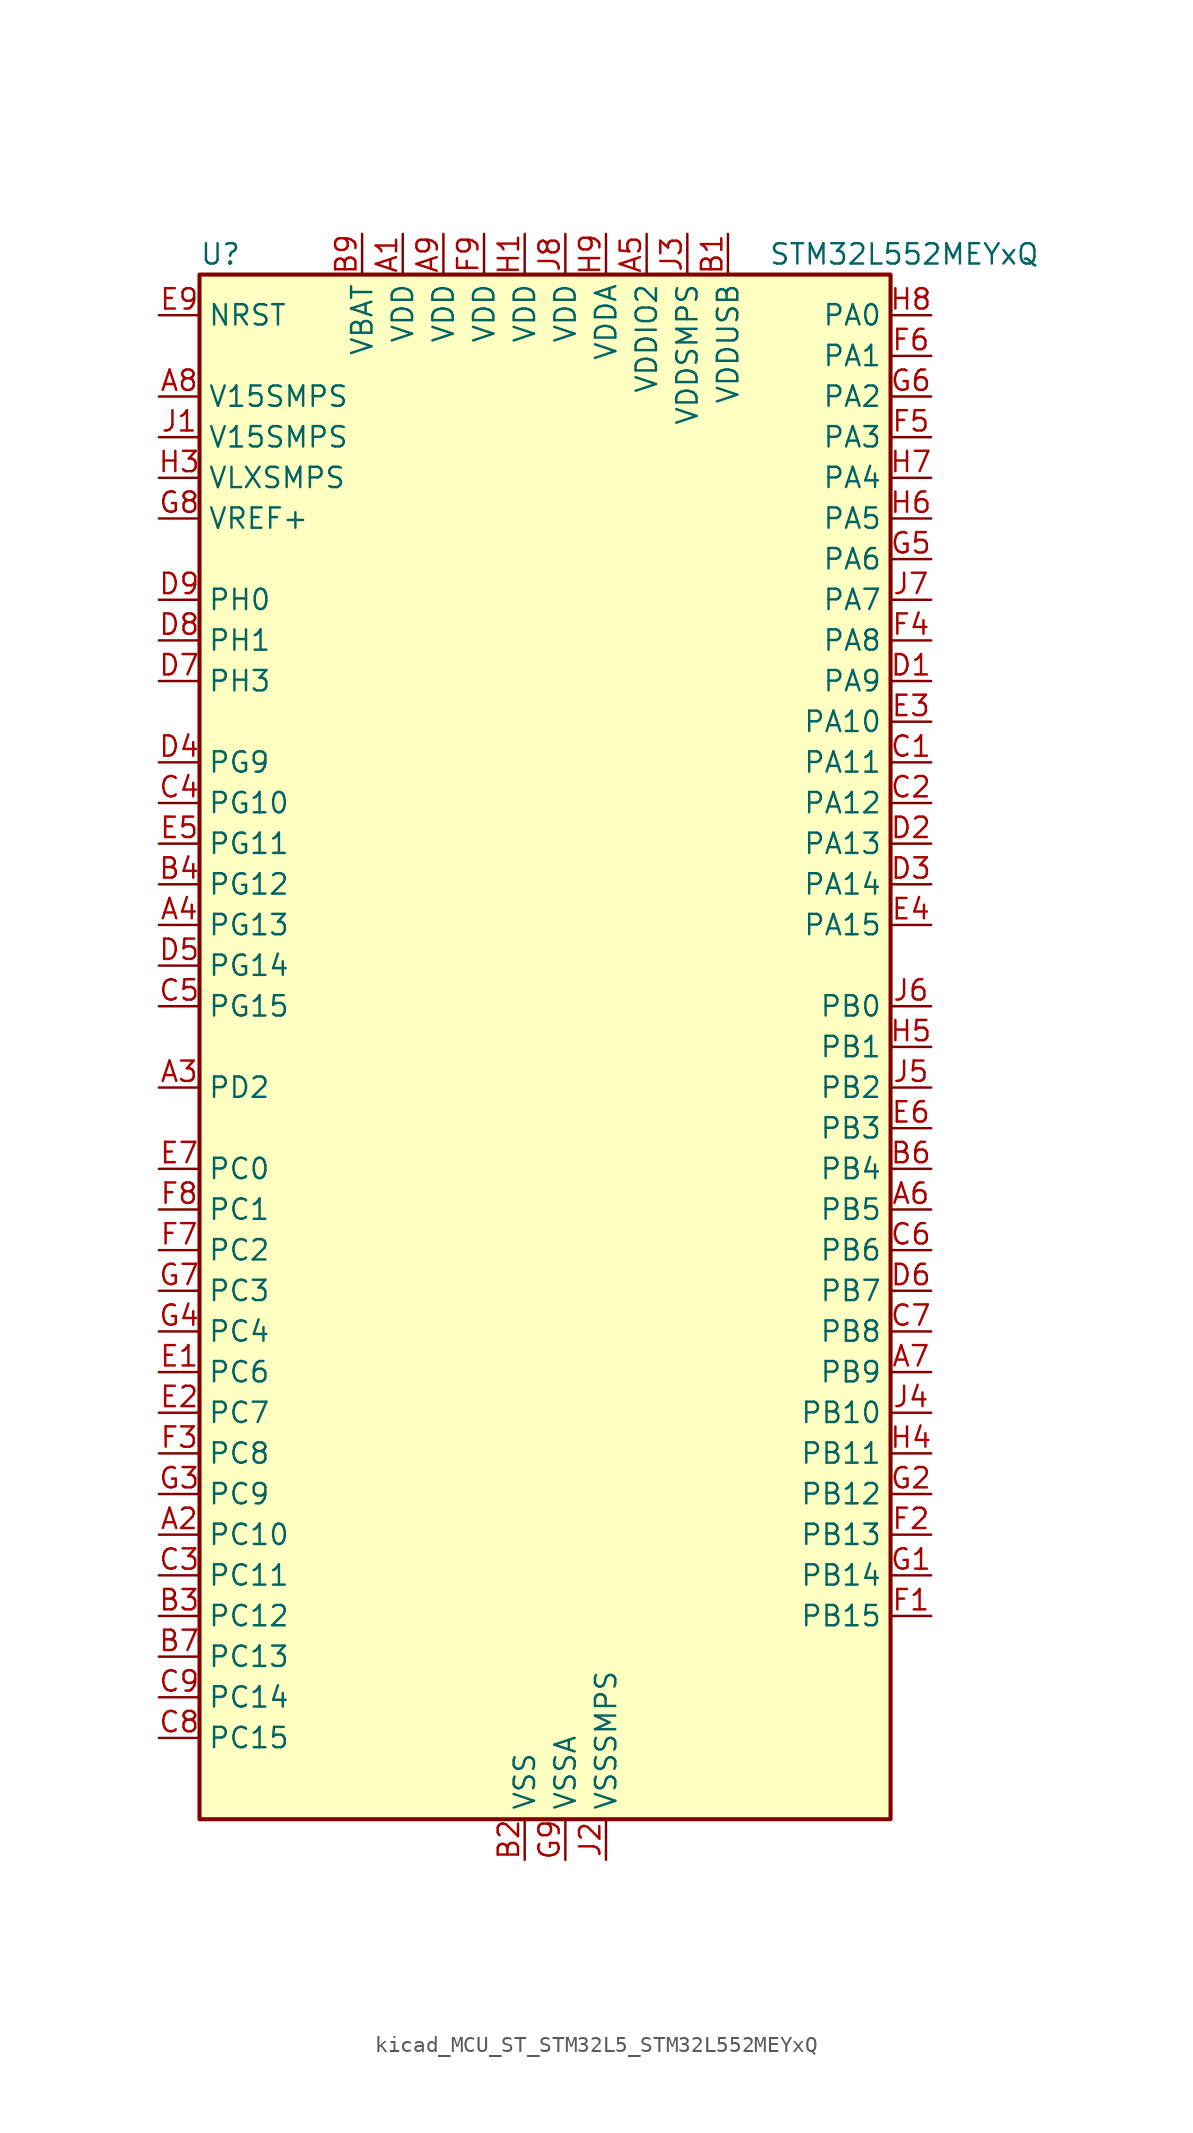
<source format=kicad_sym>
(kicad_symbol_lib
  (version 20220914)
  (generator kicad_symbol_editor)
  (symbol "kicad_MCU_ST_STM32L5_STM32L552MEYxQ"
    (property "Reference" "U"
      (at -20.32 49.53 0)
      (effects (font (size 1.27 1.27)) (justify left)))
    (property "Value" "STM32L552MEYxQ"
      (at 15.24 49.53 0)
      (effects (font (size 1.27 1.27)) (justify left)))
    (property "ki_locked" ""
      (at 0 0 0)
      (effects (font (size 1.27 1.27))))
    (symbol "kicad_MCU_ST_STM32L5_STM32L552MEYxQ_0_1"
      (rectangle (start -20.32 -48.26) (end 22.86 48.26) (stroke (width 0.254) (type default)) (fill (type background))))
    (symbol "kicad_MCU_ST_STM32L5_STM32L552MEYxQ_1_1"
      (pin power_in line (at -7.62 50.8 270) (length 2.54) (name "VDD" (effects (font (size 1.27 1.27)))) (number "A1" (effects (font (size 1.27 1.27)))))
      (pin bidirectional line (at -22.86 -30.48 0) (length 2.54) (name "PC10" (effects (font (size 1.27 1.27)))) (number "A2" (effects (font (size 1.27 1.27)))) (alternate "DEBUG_TRACED1" bidirectional line) (alternate "LPTIM3_ETR" bidirectional line) (alternate "SAI2_SCK_B" bidirectional line) (alternate "SDMMC1_D2" bidirectional line) (alternate "SPI3_SCK" bidirectional line) (alternate "TSC_G3_IO2" bidirectional line) (alternate "UART4_TX" bidirectional line) (alternate "USART3_TX" bidirectional line))
      (pin bidirectional line (at -22.86 -2.54 0) (length 2.54) (name "PD2" (effects (font (size 1.27 1.27)))) (number "A3" (effects (font (size 1.27 1.27)))) (alternate "DEBUG_TRACED2" bidirectional line) (alternate "SDMMC1_CMD" bidirectional line) (alternate "TIM3_ETR" bidirectional line) (alternate "TSC_SYNC" bidirectional line) (alternate "UART5_RX" bidirectional line) (alternate "USART3_DE" bidirectional line) (alternate "USART3_RTS" bidirectional line))
      (pin bidirectional line (at -22.86 7.62 0) (length 2.54) (name "PG13" (effects (font (size 1.27 1.27)))) (number "A4" (effects (font (size 1.27 1.27)))) (alternate "I2C1_SDA" bidirectional line) (alternate "USART1_CK" bidirectional line))
      (pin power_in line (at 7.62 50.8 270) (length 2.54) (name "VDDIO2" (effects (font (size 1.27 1.27)))) (number "A5" (effects (font (size 1.27 1.27)))))
      (pin bidirectional line (at 25.4 -10.16 180) (length 2.54) (name "PB5" (effects (font (size 1.27 1.27)))) (number "A6" (effects (font (size 1.27 1.27)))) (alternate "COMP2_OUT" bidirectional line) (alternate "I2C1_SMBA" bidirectional line) (alternate "LPTIM1_IN1" bidirectional line) (alternate "OCTOSPI1_NCLK" bidirectional line) (alternate "SAI1_SD_B" bidirectional line) (alternate "SPI1_MOSI" bidirectional line) (alternate "SPI3_MOSI" bidirectional line) (alternate "TIM16_BKIN" bidirectional line) (alternate "TIM3_CH2" bidirectional line) (alternate "TSC_G2_IO2" bidirectional line) (alternate "UART5_CTS" bidirectional line) (alternate "UCPD1_DBCC1" bidirectional line) (alternate "USART1_CK" bidirectional line))
      (pin bidirectional line (at 25.4 -20.32 180) (length 2.54) (name "PB9" (effects (font (size 1.27 1.27)))) (number "A7" (effects (font (size 1.27 1.27)))) (alternate "DAC1_EXTI9" bidirectional line) (alternate "FDCAN1_TX" bidirectional line) (alternate "I2C1_SDA" bidirectional line) (alternate "IR_OUT" bidirectional line) (alternate "SAI1_D2" bidirectional line) (alternate "SAI1_FS_A" bidirectional line) (alternate "SDMMC1_CDIR" bidirectional line) (alternate "SDMMC1_D5" bidirectional line) (alternate "SPI2_NSS" bidirectional line) (alternate "TIM17_CH1" bidirectional line) (alternate "TIM4_CH4" bidirectional line))
      (pin power_in line (at -22.86 40.64 0) (length 2.54) (name "V15SMPS" (effects (font (size 1.27 1.27)))) (number "A8" (effects (font (size 1.27 1.27)))))
      (pin power_in line (at -5.08 50.8 270) (length 2.54) (name "VDD" (effects (font (size 1.27 1.27)))) (number "A9" (effects (font (size 1.27 1.27)))))
      (pin power_in line (at 12.7 50.8 270) (length 2.54) (name "VDDUSB" (effects (font (size 1.27 1.27)))) (number "B1" (effects (font (size 1.27 1.27)))))
      (pin power_in line (at 0 -50.8 90) (length 2.54) (name "VSS" (effects (font (size 1.27 1.27)))) (number "B2" (effects (font (size 1.27 1.27)))))
      (pin bidirectional line (at -22.86 -35.56 0) (length 2.54) (name "PC12" (effects (font (size 1.27 1.27)))) (number "B3" (effects (font (size 1.27 1.27)))) (alternate "DEBUG_TRACED3" bidirectional line) (alternate "SAI2_SD_B" bidirectional line) (alternate "SDMMC1_CK" bidirectional line) (alternate "SPI3_MOSI" bidirectional line) (alternate "TSC_G3_IO4" bidirectional line) (alternate "UART5_TX" bidirectional line) (alternate "USART3_CK" bidirectional line))
      (pin bidirectional line (at -22.86 10.16 0) (length 2.54) (name "PG12" (effects (font (size 1.27 1.27)))) (number "B4" (effects (font (size 1.27 1.27)))) (alternate "LPTIM1_ETR" bidirectional line) (alternate "SAI2_SD_A" bidirectional line) (alternate "SPI3_NSS" bidirectional line) (alternate "USART1_DE" bidirectional line) (alternate "USART1_RTS" bidirectional line))
      (pin passive line (at 0 -50.8 90) (length 2.54) hide (name "VSS" (effects (font (size 1.27 1.27)))) (number "B5" (effects (font (size 1.27 1.27)))))
      (pin bidirectional line (at 25.4 -7.62 180) (length 2.54) (name "PB4" (effects (font (size 1.27 1.27)))) (number "B6" (effects (font (size 1.27 1.27)))) (alternate "COMP2_INP" bidirectional line) (alternate "DEBUG_JTRST" bidirectional line) (alternate "I2C3_SDA" bidirectional line) (alternate "SAI1_MCLK_B" bidirectional line) (alternate "SPI1_MISO" bidirectional line) (alternate "SPI3_MISO" bidirectional line) (alternate "TIM17_BKIN" bidirectional line) (alternate "TIM3_CH1" bidirectional line) (alternate "TSC_G2_IO1" bidirectional line) (alternate "UART5_DE" bidirectional line) (alternate "UART5_RTS" bidirectional line) (alternate "USART1_CTS" bidirectional line) (alternate "USART1_NSS" bidirectional line))
      (pin bidirectional line (at -22.86 -38.1 0) (length 2.54) (name "PC13" (effects (font (size 1.27 1.27)))) (number "B7" (effects (font (size 1.27 1.27)))) (alternate "PWR_WKUP2" bidirectional line) (alternate "RTC_OUT1" bidirectional line) (alternate "RTC_TS" bidirectional line) (alternate "TAMP_IN1" bidirectional line) (alternate "TAMP_OUT2" bidirectional line))
      (pin passive line (at 0 -50.8 90) (length 2.54) hide (name "VSS" (effects (font (size 1.27 1.27)))) (number "B8" (effects (font (size 1.27 1.27)))))
      (pin power_in line (at -10.16 50.8 270) (length 2.54) (name "VBAT" (effects (font (size 1.27 1.27)))) (number "B9" (effects (font (size 1.27 1.27)))))
      (pin bidirectional line (at 25.4 17.78 180) (length 2.54) (name "PA11" (effects (font (size 1.27 1.27)))) (number "C1" (effects (font (size 1.27 1.27)))) (alternate "ADC1_EXTI11" bidirectional line) (alternate "ADC2_EXTI11" bidirectional line) (alternate "FDCAN1_RX" bidirectional line) (alternate "SPI1_MISO" bidirectional line) (alternate "TIM1_BKIN2" bidirectional line) (alternate "TIM1_CH4" bidirectional line) (alternate "USART1_CTS" bidirectional line) (alternate "USART1_NSS" bidirectional line) (alternate "USB_DM" bidirectional line))
      (pin bidirectional line (at 25.4 15.24 180) (length 2.54) (name "PA12" (effects (font (size 1.27 1.27)))) (number "C2" (effects (font (size 1.27 1.27)))) (alternate "FDCAN1_TX" bidirectional line) (alternate "SPI1_MOSI" bidirectional line) (alternate "TIM1_ETR" bidirectional line) (alternate "USART1_DE" bidirectional line) (alternate "USART1_RTS" bidirectional line) (alternate "USB_DP" bidirectional line))
      (pin bidirectional line (at -22.86 -33.02 0) (length 2.54) (name "PC11" (effects (font (size 1.27 1.27)))) (number "C3" (effects (font (size 1.27 1.27)))) (alternate "ADC1_EXTI11" bidirectional line) (alternate "ADC2_EXTI11" bidirectional line) (alternate "LPTIM3_IN1" bidirectional line) (alternate "OCTOSPI1_NCS" bidirectional line) (alternate "SAI2_MCLK_B" bidirectional line) (alternate "SDMMC1_D3" bidirectional line) (alternate "SPI3_MISO" bidirectional line) (alternate "TSC_G3_IO3" bidirectional line) (alternate "UART4_RX" bidirectional line) (alternate "UCPD1_FRSTX2" bidirectional line) (alternate "USART3_RX" bidirectional line))
      (pin bidirectional line (at -22.86 15.24 0) (length 2.54) (name "PG10" (effects (font (size 1.27 1.27)))) (number "C4" (effects (font (size 1.27 1.27)))) (alternate "LPTIM1_IN1" bidirectional line) (alternate "SAI2_FS_A" bidirectional line) (alternate "SPI3_MISO" bidirectional line) (alternate "TIM15_CH1" bidirectional line) (alternate "USART1_RX" bidirectional line))
      (pin bidirectional line (at -22.86 2.54 0) (length 2.54) (name "PG15" (effects (font (size 1.27 1.27)))) (number "C5" (effects (font (size 1.27 1.27)))) (alternate "ADC1_EXTI15" bidirectional line) (alternate "ADC2_EXTI15" bidirectional line) (alternate "I2C1_SMBA" bidirectional line) (alternate "LPTIM1_OUT" bidirectional line))
      (pin bidirectional line (at 25.4 -12.7 180) (length 2.54) (name "PB6" (effects (font (size 1.27 1.27)))) (number "C6" (effects (font (size 1.27 1.27)))) (alternate "COMP2_INP" bidirectional line) (alternate "I2C1_SCL" bidirectional line) (alternate "I2C4_SCL" bidirectional line) (alternate "LPTIM1_ETR" bidirectional line) (alternate "SAI1_FS_B" bidirectional line) (alternate "TIM16_CH1N" bidirectional line) (alternate "TIM4_CH1" bidirectional line) (alternate "TIM8_BKIN2" bidirectional line) (alternate "TSC_G2_IO3" bidirectional line) (alternate "USART1_TX" bidirectional line))
      (pin bidirectional line (at 25.4 -17.78 180) (length 2.54) (name "PB8" (effects (font (size 1.27 1.27)))) (number "C7" (effects (font (size 1.27 1.27)))) (alternate "DFSDM1_CKOUT" bidirectional line) (alternate "FDCAN1_RX" bidirectional line) (alternate "I2C1_SCL" bidirectional line) (alternate "SAI1_CK1" bidirectional line) (alternate "SAI1_MCLK_A" bidirectional line) (alternate "SDMMC1_CKIN" bidirectional line) (alternate "SDMMC1_D4" bidirectional line) (alternate "TIM16_CH1" bidirectional line) (alternate "TIM4_CH3" bidirectional line))
      (pin bidirectional line (at -22.86 -43.18 0) (length 2.54) (name "PC15" (effects (font (size 1.27 1.27)))) (number "C8" (effects (font (size 1.27 1.27)))) (alternate "ADC1_EXTI15" bidirectional line) (alternate "ADC2_EXTI15" bidirectional line) (alternate "RCC_OSC32_OUT" bidirectional line))
      (pin bidirectional line (at -22.86 -40.64 0) (length 2.54) (name "PC14" (effects (font (size 1.27 1.27)))) (number "C9" (effects (font (size 1.27 1.27)))) (alternate "RCC_OSC32_IN" bidirectional line))
      (pin bidirectional line (at 25.4 22.86 180) (length 2.54) (name "PA9" (effects (font (size 1.27 1.27)))) (number "D1" (effects (font (size 1.27 1.27)))) (alternate "DAC1_EXTI9" bidirectional line) (alternate "SAI1_FS_A" bidirectional line) (alternate "SPI2_SCK" bidirectional line) (alternate "TIM15_BKIN" bidirectional line) (alternate "TIM1_CH2" bidirectional line) (alternate "USART1_TX" bidirectional line))
      (pin bidirectional line (at 25.4 12.7 180) (length 2.54) (name "PA13" (effects (font (size 1.27 1.27)))) (number "D2" (effects (font (size 1.27 1.27)))) (alternate "DEBUG_JTMS-SWDIO" bidirectional line) (alternate "IR_OUT" bidirectional line) (alternate "SAI1_SD_B" bidirectional line) (alternate "USB_NOE" bidirectional line))
      (pin bidirectional line (at 25.4 10.16 180) (length 2.54) (name "PA14" (effects (font (size 1.27 1.27)))) (number "D3" (effects (font (size 1.27 1.27)))) (alternate "DEBUG_JTCK-SWCLK" bidirectional line) (alternate "I2C1_SMBA" bidirectional line) (alternate "I2C4_SMBA" bidirectional line) (alternate "LPTIM1_OUT" bidirectional line) (alternate "SAI1_FS_B" bidirectional line))
      (pin bidirectional line (at -22.86 17.78 0) (length 2.54) (name "PG9" (effects (font (size 1.27 1.27)))) (number "D4" (effects (font (size 1.27 1.27)))) (alternate "DAC1_EXTI9" bidirectional line) (alternate "SAI2_SCK_A" bidirectional line) (alternate "SPI3_SCK" bidirectional line) (alternate "TIM15_CH1N" bidirectional line) (alternate "USART1_TX" bidirectional line))
      (pin bidirectional line (at -22.86 5.08 0) (length 2.54) (name "PG14" (effects (font (size 1.27 1.27)))) (number "D5" (effects (font (size 1.27 1.27)))) (alternate "I2C1_SCL" bidirectional line))
      (pin bidirectional line (at 25.4 -15.24 180) (length 2.54) (name "PB7" (effects (font (size 1.27 1.27)))) (number "D6" (effects (font (size 1.27 1.27)))) (alternate "COMP2_INM" bidirectional line) (alternate "I2C1_SDA" bidirectional line) (alternate "I2C4_SDA" bidirectional line) (alternate "LPTIM1_IN2" bidirectional line) (alternate "PWR_PVD_IN" bidirectional line) (alternate "TIM17_CH1N" bidirectional line) (alternate "TIM4_CH2" bidirectional line) (alternate "TIM8_BKIN" bidirectional line) (alternate "TSC_G2_IO4" bidirectional line) (alternate "UART4_CTS" bidirectional line) (alternate "USART1_RX" bidirectional line))
      (pin bidirectional line (at -22.86 22.86 0) (length 2.54) (name "PH3" (effects (font (size 1.27 1.27)))) (number "D7" (effects (font (size 1.27 1.27)))))
      (pin bidirectional line (at -22.86 25.4 0) (length 2.54) (name "PH1" (effects (font (size 1.27 1.27)))) (number "D8" (effects (font (size 1.27 1.27)))) (alternate "RCC_OSC_OUT" bidirectional line))
      (pin bidirectional line (at -22.86 27.94 0) (length 2.54) (name "PH0" (effects (font (size 1.27 1.27)))) (number "D9" (effects (font (size 1.27 1.27)))) (alternate "RCC_OSC_IN" bidirectional line))
      (pin bidirectional line (at -22.86 -20.32 0) (length 2.54) (name "PC6" (effects (font (size 1.27 1.27)))) (number "E1" (effects (font (size 1.27 1.27)))) (alternate "DFSDM1_CKIN3" bidirectional line) (alternate "SAI2_MCLK_A" bidirectional line) (alternate "SDMMC1_D0DIR" bidirectional line) (alternate "SDMMC1_D6" bidirectional line) (alternate "TIM3_CH1" bidirectional line) (alternate "TIM8_CH1" bidirectional line) (alternate "TSC_G4_IO1" bidirectional line))
      (pin bidirectional line (at -22.86 -22.86 0) (length 2.54) (name "PC7" (effects (font (size 1.27 1.27)))) (number "E2" (effects (font (size 1.27 1.27)))) (alternate "DFSDM1_DATIN3" bidirectional line) (alternate "SAI2_MCLK_B" bidirectional line) (alternate "SDMMC1_D123DIR" bidirectional line) (alternate "SDMMC1_D7" bidirectional line) (alternate "TIM3_CH2" bidirectional line) (alternate "TIM8_CH2" bidirectional line) (alternate "TSC_G4_IO2" bidirectional line))
      (pin bidirectional line (at 25.4 20.32 180) (length 2.54) (name "PA10" (effects (font (size 1.27 1.27)))) (number "E3" (effects (font (size 1.27 1.27)))) (alternate "CRS_SYNC" bidirectional line) (alternate "SAI1_D1" bidirectional line) (alternate "SAI1_SD_A" bidirectional line) (alternate "TIM17_BKIN" bidirectional line) (alternate "TIM1_CH3" bidirectional line) (alternate "USART1_RX" bidirectional line))
      (pin bidirectional line (at 25.4 7.62 180) (length 2.54) (name "PA15" (effects (font (size 1.27 1.27)))) (number "E4" (effects (font (size 1.27 1.27)))) (alternate "ADC1_EXTI15" bidirectional line) (alternate "ADC2_EXTI15" bidirectional line) (alternate "DEBUG_JTDI" bidirectional line) (alternate "SAI2_FS_B" bidirectional line) (alternate "SPI1_NSS" bidirectional line) (alternate "SPI3_NSS" bidirectional line) (alternate "TIM2_CH1" bidirectional line) (alternate "TIM2_ETR" bidirectional line) (alternate "UART4_DE" bidirectional line) (alternate "UART4_RTS" bidirectional line) (alternate "UCPD1_CC1" bidirectional line) (alternate "USART2_RX" bidirectional line) (alternate "USART3_DE" bidirectional line) (alternate "USART3_RTS" bidirectional line))
      (pin bidirectional line (at -22.86 12.7 0) (length 2.54) (name "PG11" (effects (font (size 1.27 1.27)))) (number "E5" (effects (font (size 1.27 1.27)))) (alternate "ADC1_EXTI11" bidirectional line) (alternate "ADC2_EXTI11" bidirectional line) (alternate "LPTIM1_IN2" bidirectional line) (alternate "OCTOSPI1_IO5" bidirectional line) (alternate "SAI2_MCLK_A" bidirectional line) (alternate "SPI3_MOSI" bidirectional line) (alternate "TIM15_CH2" bidirectional line) (alternate "USART1_CTS" bidirectional line) (alternate "USART1_NSS" bidirectional line))
      (pin bidirectional line (at 25.4 -5.08 180) (length 2.54) (name "PB3" (effects (font (size 1.27 1.27)))) (number "E6" (effects (font (size 1.27 1.27)))) (alternate "COMP2_INM" bidirectional line) (alternate "CRS_SYNC" bidirectional line) (alternate "DEBUG_JTDO-SWO" bidirectional line) (alternate "SAI1_SCK_B" bidirectional line) (alternate "SPI1_SCK" bidirectional line) (alternate "SPI3_SCK" bidirectional line) (alternate "TIM2_CH2" bidirectional line) (alternate "USART1_DE" bidirectional line) (alternate "USART1_RTS" bidirectional line))
      (pin bidirectional line (at -22.86 -7.62 0) (length 2.54) (name "PC0" (effects (font (size 1.27 1.27)))) (number "E7" (effects (font (size 1.27 1.27)))) (alternate "ADC1_IN1" bidirectional line) (alternate "ADC2_IN1" bidirectional line) (alternate "I2C3_SCL" bidirectional line) (alternate "LPTIM1_IN1" bidirectional line) (alternate "LPTIM2_IN1" bidirectional line) (alternate "LPUART1_RX" bidirectional line) (alternate "OCTOSPI1_IO7" bidirectional line) (alternate "SAI2_FS_A" bidirectional line) (alternate "SDMMC1_D5" bidirectional line))
      (pin passive line (at 0 -50.8 90) (length 2.54) hide (name "VSS" (effects (font (size 1.27 1.27)))) (number "E8" (effects (font (size 1.27 1.27)))))
      (pin input line (at -22.86 45.72 0) (length 2.54) (name "NRST" (effects (font (size 1.27 1.27)))) (number "E9" (effects (font (size 1.27 1.27)))))
      (pin bidirectional line (at 25.4 -35.56 180) (length 2.54) (name "PB15" (effects (font (size 1.27 1.27)))) (number "F1" (effects (font (size 1.27 1.27)))) (alternate "ADC1_EXTI15" bidirectional line) (alternate "ADC2_EXTI15" bidirectional line) (alternate "DFSDM1_CKIN2" bidirectional line) (alternate "RTC_REFIN" bidirectional line) (alternate "SAI2_SD_A" bidirectional line) (alternate "SPI2_MOSI" bidirectional line) (alternate "TIM15_CH2" bidirectional line) (alternate "TIM1_CH3N" bidirectional line) (alternate "TIM8_CH3N" bidirectional line) (alternate "UCPD1_CC2" bidirectional line))
      (pin bidirectional line (at 25.4 -30.48 180) (length 2.54) (name "PB13" (effects (font (size 1.27 1.27)))) (number "F2" (effects (font (size 1.27 1.27)))) (alternate "DFSDM1_CKIN1" bidirectional line) (alternate "I2C2_SCL" bidirectional line) (alternate "LPTIM3_IN1" bidirectional line) (alternate "LPUART1_CTS" bidirectional line) (alternate "SAI2_SCK_A" bidirectional line) (alternate "SPI2_SCK" bidirectional line) (alternate "TIM15_CH1N" bidirectional line) (alternate "TIM1_CH1N" bidirectional line) (alternate "TSC_G1_IO2" bidirectional line) (alternate "UCPD1_FRSTX2" bidirectional line) (alternate "USART3_CTS" bidirectional line) (alternate "USART3_NSS" bidirectional line))
      (pin bidirectional line (at -22.86 -25.4 0) (length 2.54) (name "PC8" (effects (font (size 1.27 1.27)))) (number "F3" (effects (font (size 1.27 1.27)))) (alternate "SDMMC1_D0" bidirectional line) (alternate "TIM3_CH3" bidirectional line) (alternate "TIM8_CH3" bidirectional line) (alternate "TSC_G4_IO3" bidirectional line))
      (pin bidirectional line (at 25.4 25.4 180) (length 2.54) (name "PA8" (effects (font (size 1.27 1.27)))) (number "F4" (effects (font (size 1.27 1.27)))) (alternate "LPTIM2_OUT" bidirectional line) (alternate "RCC_MCO" bidirectional line) (alternate "SAI1_CK2" bidirectional line) (alternate "SAI1_SCK_A" bidirectional line) (alternate "TIM1_CH1" bidirectional line) (alternate "USART1_CK" bidirectional line))
      (pin bidirectional line (at 25.4 38.1 180) (length 2.54) (name "PA3" (effects (font (size 1.27 1.27)))) (number "F5" (effects (font (size 1.27 1.27)))) (alternate "ADC1_IN8" bidirectional line) (alternate "ADC2_IN8" bidirectional line) (alternate "LPUART1_RX" bidirectional line) (alternate "OCTOSPI1_CLK" bidirectional line) (alternate "OPAMP1_VOUT" bidirectional line) (alternate "SAI1_CK1" bidirectional line) (alternate "SAI1_MCLK_A" bidirectional line) (alternate "TIM15_CH2" bidirectional line) (alternate "TIM2_CH4" bidirectional line) (alternate "TIM5_CH4" bidirectional line) (alternate "USART2_RX" bidirectional line))
      (pin bidirectional line (at 25.4 43.18 180) (length 2.54) (name "PA1" (effects (font (size 1.27 1.27)))) (number "F6" (effects (font (size 1.27 1.27)))) (alternate "ADC1_IN6" bidirectional line) (alternate "ADC2_IN6" bidirectional line) (alternate "I2C1_SMBA" bidirectional line) (alternate "OCTOSPI1_DQS" bidirectional line) (alternate "OPAMP1_VINM" bidirectional line) (alternate "SPI1_SCK" bidirectional line) (alternate "TAMP_IN5" bidirectional line) (alternate "TAMP_OUT4" bidirectional line) (alternate "TIM15_CH1N" bidirectional line) (alternate "TIM2_CH2" bidirectional line) (alternate "TIM5_CH2" bidirectional line) (alternate "UART4_RX" bidirectional line) (alternate "USART2_DE" bidirectional line) (alternate "USART2_RTS" bidirectional line))
      (pin bidirectional line (at -22.86 -12.7 0) (length 2.54) (name "PC2" (effects (font (size 1.27 1.27)))) (number "F7" (effects (font (size 1.27 1.27)))) (alternate "ADC1_IN3" bidirectional line) (alternate "ADC2_IN3" bidirectional line) (alternate "DFSDM1_CKOUT" bidirectional line) (alternate "LPTIM1_IN2" bidirectional line) (alternate "OCTOSPI1_IO5" bidirectional line) (alternate "SPI2_MISO" bidirectional line))
      (pin bidirectional line (at -22.86 -10.16 0) (length 2.54) (name "PC1" (effects (font (size 1.27 1.27)))) (number "F8" (effects (font (size 1.27 1.27)))) (alternate "ADC1_IN2" bidirectional line) (alternate "ADC2_IN2" bidirectional line) (alternate "DEBUG_TRACED0" bidirectional line) (alternate "I2C3_SDA" bidirectional line) (alternate "LPTIM1_OUT" bidirectional line) (alternate "LPUART1_TX" bidirectional line) (alternate "OCTOSPI1_IO4" bidirectional line) (alternate "SAI1_SD_A" bidirectional line) (alternate "SPI2_MOSI" bidirectional line))
      (pin power_in line (at -2.54 50.8 270) (length 2.54) (name "VDD" (effects (font (size 1.27 1.27)))) (number "F9" (effects (font (size 1.27 1.27)))))
      (pin bidirectional line (at 25.4 -33.02 180) (length 2.54) (name "PB14" (effects (font (size 1.27 1.27)))) (number "G1" (effects (font (size 1.27 1.27)))) (alternate "DFSDM1_DATIN2" bidirectional line) (alternate "I2C2_SDA" bidirectional line) (alternate "LPTIM3_ETR" bidirectional line) (alternate "SAI2_MCLK_A" bidirectional line) (alternate "SPI2_MISO" bidirectional line) (alternate "TIM15_CH1" bidirectional line) (alternate "TIM1_CH2N" bidirectional line) (alternate "TIM8_CH2N" bidirectional line) (alternate "TSC_G1_IO3" bidirectional line) (alternate "UCPD1_DBCC2" bidirectional line) (alternate "USART3_DE" bidirectional line) (alternate "USART3_RTS" bidirectional line))
      (pin bidirectional line (at 25.4 -27.94 180) (length 2.54) (name "PB12" (effects (font (size 1.27 1.27)))) (number "G2" (effects (font (size 1.27 1.27)))) (alternate "DFSDM1_DATIN1" bidirectional line) (alternate "I2C2_SMBA" bidirectional line) (alternate "LPUART1_DE" bidirectional line) (alternate "LPUART1_RTS" bidirectional line) (alternate "OCTOSPI1_NCLK" bidirectional line) (alternate "SAI2_FS_A" bidirectional line) (alternate "SPI2_NSS" bidirectional line) (alternate "TIM15_BKIN" bidirectional line) (alternate "TIM1_BKIN" bidirectional line) (alternate "TSC_G1_IO1" bidirectional line) (alternate "USART3_CK" bidirectional line))
      (pin bidirectional line (at -22.86 -27.94 0) (length 2.54) (name "PC9" (effects (font (size 1.27 1.27)))) (number "G3" (effects (font (size 1.27 1.27)))) (alternate "DAC1_EXTI9" bidirectional line) (alternate "DEBUG_TRACED0" bidirectional line) (alternate "SAI2_EXTCLK" bidirectional line) (alternate "SDMMC1_D1" bidirectional line) (alternate "TIM3_CH4" bidirectional line) (alternate "TIM8_BKIN2" bidirectional line) (alternate "TIM8_CH4" bidirectional line) (alternate "TSC_G4_IO4" bidirectional line) (alternate "USB_NOE" bidirectional line))
      (pin bidirectional line (at -22.86 -17.78 0) (length 2.54) (name "PC4" (effects (font (size 1.27 1.27)))) (number "G4" (effects (font (size 1.27 1.27)))) (alternate "ADC1_IN13" bidirectional line) (alternate "ADC2_IN13" bidirectional line) (alternate "COMP1_INM" bidirectional line) (alternate "OCTOSPI1_IO7" bidirectional line) (alternate "USART3_TX" bidirectional line))
      (pin bidirectional line (at 25.4 30.48 180) (length 2.54) (name "PA6" (effects (font (size 1.27 1.27)))) (number "G5" (effects (font (size 1.27 1.27)))) (alternate "ADC1_IN11" bidirectional line) (alternate "ADC2_IN11" bidirectional line) (alternate "LPUART1_CTS" bidirectional line) (alternate "OCTOSPI1_IO3" bidirectional line) (alternate "OPAMP2_VINP" bidirectional line) (alternate "SPI1_MISO" bidirectional line) (alternate "TIM16_CH1" bidirectional line) (alternate "TIM1_BKIN" bidirectional line) (alternate "TIM3_CH1" bidirectional line) (alternate "TIM8_BKIN" bidirectional line) (alternate "USART3_CTS" bidirectional line) (alternate "USART3_NSS" bidirectional line))
      (pin bidirectional line (at 25.4 40.64 180) (length 2.54) (name "PA2" (effects (font (size 1.27 1.27)))) (number "G6" (effects (font (size 1.27 1.27)))) (alternate "ADC1_IN7" bidirectional line) (alternate "ADC2_IN7" bidirectional line) (alternate "COMP1_INP" bidirectional line) (alternate "LPUART1_TX" bidirectional line) (alternate "OCTOSPI1_NCS" bidirectional line) (alternate "PWR_WKUP4" bidirectional line) (alternate "RCC_LSCO" bidirectional line) (alternate "SAI2_EXTCLK" bidirectional line) (alternate "TIM15_CH1" bidirectional line) (alternate "TIM2_CH3" bidirectional line) (alternate "TIM5_CH3" bidirectional line) (alternate "UCPD1_FRSTX1" bidirectional line) (alternate "USART2_TX" bidirectional line))
      (pin bidirectional line (at -22.86 -15.24 0) (length 2.54) (name "PC3" (effects (font (size 1.27 1.27)))) (number "G7" (effects (font (size 1.27 1.27)))) (alternate "ADC1_IN4" bidirectional line) (alternate "ADC2_IN4" bidirectional line) (alternate "LPTIM1_ETR" bidirectional line) (alternate "LPTIM2_ETR" bidirectional line) (alternate "LPTIM3_OUT" bidirectional line) (alternate "OCTOSPI1_IO6" bidirectional line) (alternate "SAI1_D1" bidirectional line) (alternate "SAI1_SD_A" bidirectional line) (alternate "SPI2_MOSI" bidirectional line))
      (pin input line (at -22.86 33.02 0) (length 2.54) (name "VREF+" (effects (font (size 1.27 1.27)))) (number "G8" (effects (font (size 1.27 1.27)))))
      (pin power_in line (at 2.54 -50.8 90) (length 2.54) (name "VSSA" (effects (font (size 1.27 1.27)))) (number "G9" (effects (font (size 1.27 1.27)))))
      (pin power_in line (at 0 50.8 270) (length 2.54) (name "VDD" (effects (font (size 1.27 1.27)))) (number "H1" (effects (font (size 1.27 1.27)))))
      (pin passive line (at 0 -50.8 90) (length 2.54) hide (name "VSS" (effects (font (size 1.27 1.27)))) (number "H2" (effects (font (size 1.27 1.27)))))
      (pin power_in line (at -22.86 35.56 0) (length 2.54) (name "VLXSMPS" (effects (font (size 1.27 1.27)))) (number "H3" (effects (font (size 1.27 1.27)))))
      (pin bidirectional line (at 25.4 -25.4 180) (length 2.54) (name "PB11" (effects (font (size 1.27 1.27)))) (number "H4" (effects (font (size 1.27 1.27)))) (alternate "ADC1_EXTI11" bidirectional line) (alternate "ADC2_EXTI11" bidirectional line) (alternate "COMP2_OUT" bidirectional line) (alternate "I2C2_SDA" bidirectional line) (alternate "I2C4_SDA" bidirectional line) (alternate "LPUART1_TX" bidirectional line) (alternate "OCTOSPI1_NCS" bidirectional line) (alternate "TIM2_CH4" bidirectional line) (alternate "USART3_RX" bidirectional line))
      (pin bidirectional line (at 25.4 0 180) (length 2.54) (name "PB1" (effects (font (size 1.27 1.27)))) (number "H5" (effects (font (size 1.27 1.27)))) (alternate "ADC1_IN16" bidirectional line) (alternate "ADC2_IN16" bidirectional line) (alternate "COMP1_INM" bidirectional line) (alternate "DFSDM1_DATIN0" bidirectional line) (alternate "LPTIM2_IN1" bidirectional line) (alternate "LPUART1_DE" bidirectional line) (alternate "LPUART1_RTS" bidirectional line) (alternate "OCTOSPI1_IO0" bidirectional line) (alternate "TIM1_CH3N" bidirectional line) (alternate "TIM3_CH4" bidirectional line) (alternate "TIM8_CH3N" bidirectional line) (alternate "USART3_DE" bidirectional line) (alternate "USART3_RTS" bidirectional line))
      (pin bidirectional line (at 25.4 33.02 180) (length 2.54) (name "PA5" (effects (font (size 1.27 1.27)))) (number "H6" (effects (font (size 1.27 1.27)))) (alternate "ADC1_IN10" bidirectional line) (alternate "ADC2_IN10" bidirectional line) (alternate "DAC1_OUT2" bidirectional line) (alternate "LPTIM2_ETR" bidirectional line) (alternate "SPI1_SCK" bidirectional line) (alternate "TIM2_CH1" bidirectional line) (alternate "TIM2_ETR" bidirectional line) (alternate "TIM8_CH1N" bidirectional line))
      (pin bidirectional line (at 25.4 35.56 180) (length 2.54) (name "PA4" (effects (font (size 1.27 1.27)))) (number "H7" (effects (font (size 1.27 1.27)))) (alternate "ADC1_IN9" bidirectional line) (alternate "ADC2_IN9" bidirectional line) (alternate "DAC1_OUT1" bidirectional line) (alternate "LPTIM2_OUT" bidirectional line) (alternate "OCTOSPI1_NCS" bidirectional line) (alternate "SAI1_FS_B" bidirectional line) (alternate "SPI1_NSS" bidirectional line) (alternate "SPI3_NSS" bidirectional line) (alternate "USART2_CK" bidirectional line))
      (pin bidirectional line (at 25.4 45.72 180) (length 2.54) (name "PA0" (effects (font (size 1.27 1.27)))) (number "H8" (effects (font (size 1.27 1.27)))) (alternate "ADC1_IN5" bidirectional line) (alternate "ADC2_IN5" bidirectional line) (alternate "OPAMP1_VINP" bidirectional line) (alternate "PWR_WKUP1" bidirectional line) (alternate "SAI1_EXTCLK" bidirectional line) (alternate "TAMP_IN2" bidirectional line) (alternate "TAMP_OUT1" bidirectional line) (alternate "TIM2_CH1" bidirectional line) (alternate "TIM2_ETR" bidirectional line) (alternate "TIM5_CH1" bidirectional line) (alternate "TIM8_ETR" bidirectional line) (alternate "UART4_TX" bidirectional line) (alternate "USART2_CTS" bidirectional line) (alternate "USART2_NSS" bidirectional line))
      (pin power_in line (at 5.08 50.8 270) (length 2.54) (name "VDDA" (effects (font (size 1.27 1.27)))) (number "H9" (effects (font (size 1.27 1.27)))))
      (pin power_in line (at -22.86 38.1 0) (length 2.54) (name "V15SMPS" (effects (font (size 1.27 1.27)))) (number "J1" (effects (font (size 1.27 1.27)))))
      (pin power_in line (at 5.08 -50.8 90) (length 2.54) (name "VSSSMPS" (effects (font (size 1.27 1.27)))) (number "J2" (effects (font (size 1.27 1.27)))))
      (pin power_in line (at 10.16 50.8 270) (length 2.54) (name "VDDSMPS" (effects (font (size 1.27 1.27)))) (number "J3" (effects (font (size 1.27 1.27)))))
      (pin bidirectional line (at 25.4 -22.86 180) (length 2.54) (name "PB10" (effects (font (size 1.27 1.27)))) (number "J4" (effects (font (size 1.27 1.27)))) (alternate "COMP1_OUT" bidirectional line) (alternate "I2C2_SCL" bidirectional line) (alternate "I2C4_SCL" bidirectional line) (alternate "LPTIM3_OUT" bidirectional line) (alternate "LPUART1_RX" bidirectional line) (alternate "OCTOSPI1_CLK" bidirectional line) (alternate "SAI1_SCK_A" bidirectional line) (alternate "SPI2_SCK" bidirectional line) (alternate "TIM2_CH3" bidirectional line) (alternate "TSC_SYNC" bidirectional line) (alternate "USART3_TX" bidirectional line))
      (pin bidirectional line (at 25.4 -2.54 180) (length 2.54) (name "PB2" (effects (font (size 1.27 1.27)))) (number "J5" (effects (font (size 1.27 1.27)))) (alternate "COMP1_INP" bidirectional line) (alternate "DFSDM1_CKIN0" bidirectional line) (alternate "I2C3_SMBA" bidirectional line) (alternate "LPTIM1_OUT" bidirectional line) (alternate "OCTOSPI1_DQS" bidirectional line) (alternate "RTC_OUT2" bidirectional line) (alternate "UCPD1_FRSTX1" bidirectional line))
      (pin bidirectional line (at 25.4 2.54 180) (length 2.54) (name "PB0" (effects (font (size 1.27 1.27)))) (number "J6" (effects (font (size 1.27 1.27)))) (alternate "ADC1_IN15" bidirectional line) (alternate "ADC2_IN15" bidirectional line) (alternate "COMP1_OUT" bidirectional line) (alternate "OCTOSPI1_IO1" bidirectional line) (alternate "OPAMP2_VOUT" bidirectional line) (alternate "SAI1_EXTCLK" bidirectional line) (alternate "SPI1_NSS" bidirectional line) (alternate "TIM1_CH2N" bidirectional line) (alternate "TIM3_CH3" bidirectional line) (alternate "TIM8_CH2N" bidirectional line) (alternate "USART3_CK" bidirectional line))
      (pin bidirectional line (at 25.4 27.94 180) (length 2.54) (name "PA7" (effects (font (size 1.27 1.27)))) (number "J7" (effects (font (size 1.27 1.27)))) (alternate "ADC1_IN12" bidirectional line) (alternate "ADC2_IN12" bidirectional line) (alternate "I2C3_SCL" bidirectional line) (alternate "OCTOSPI1_IO2" bidirectional line) (alternate "OPAMP2_VINM" bidirectional line) (alternate "SPI1_MOSI" bidirectional line) (alternate "TIM17_CH1" bidirectional line) (alternate "TIM1_CH1N" bidirectional line) (alternate "TIM3_CH2" bidirectional line) (alternate "TIM8_CH1N" bidirectional line))
      (pin power_in line (at 2.54 50.8 270) (length 2.54) (name "VDD" (effects (font (size 1.27 1.27)))) (number "J8" (effects (font (size 1.27 1.27)))))
      (pin passive line (at 0 -50.8 90) (length 2.54) hide (name "VSS" (effects (font (size 1.27 1.27)))) (number "J9" (effects (font (size 1.27 1.27))))))))
</source>
